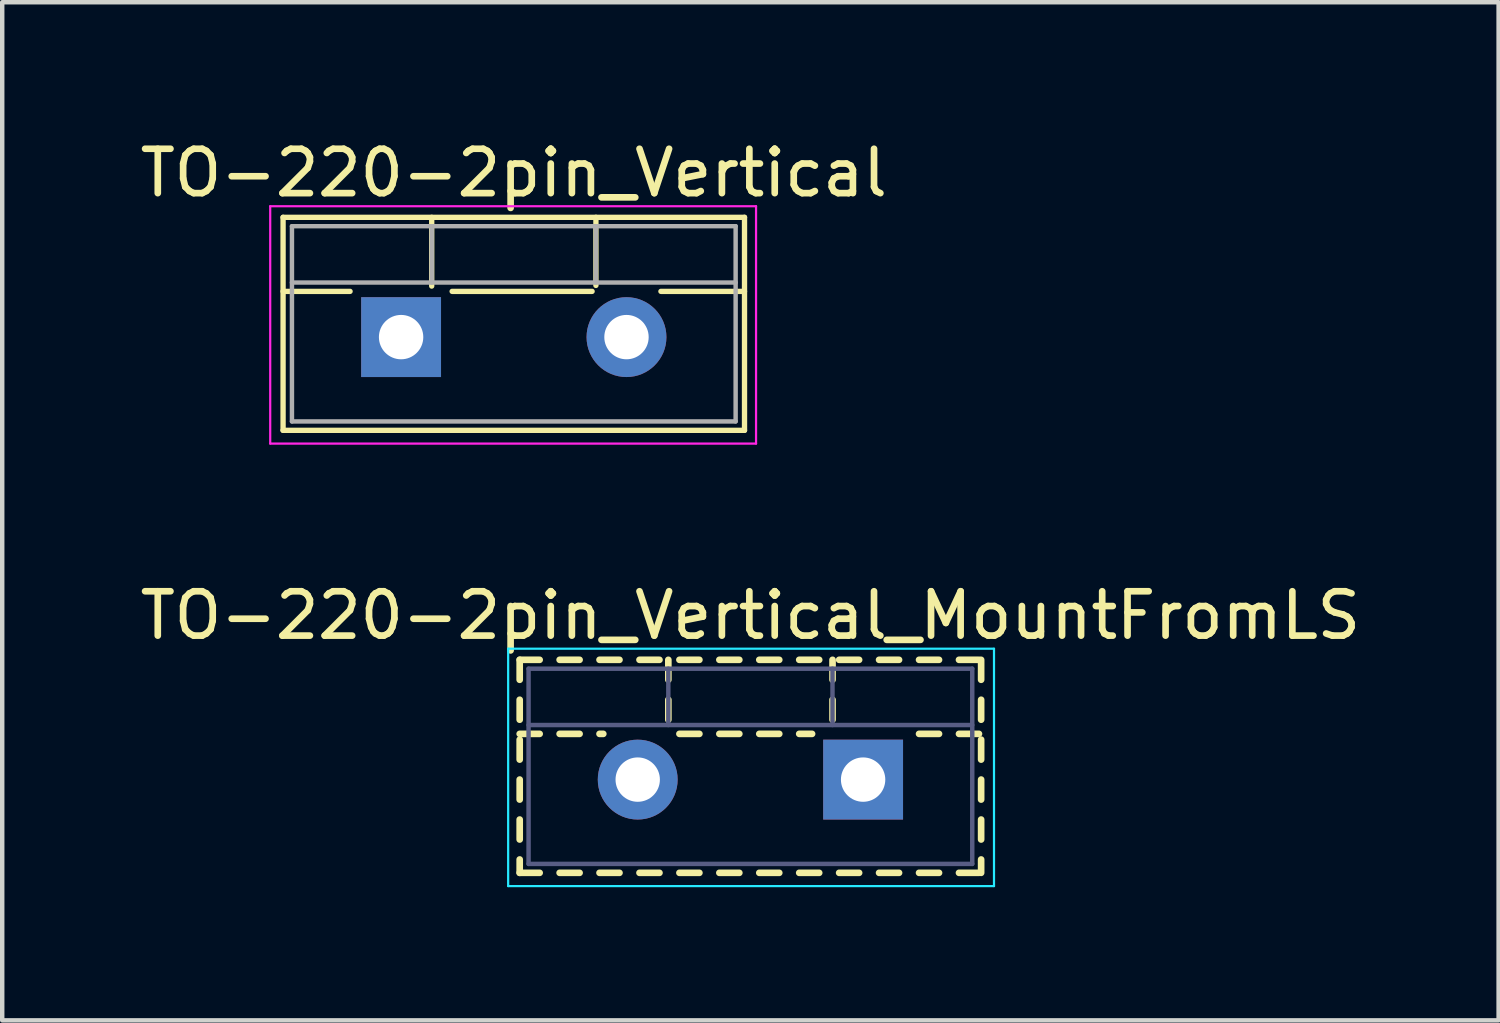
<source format=kicad_pcb>
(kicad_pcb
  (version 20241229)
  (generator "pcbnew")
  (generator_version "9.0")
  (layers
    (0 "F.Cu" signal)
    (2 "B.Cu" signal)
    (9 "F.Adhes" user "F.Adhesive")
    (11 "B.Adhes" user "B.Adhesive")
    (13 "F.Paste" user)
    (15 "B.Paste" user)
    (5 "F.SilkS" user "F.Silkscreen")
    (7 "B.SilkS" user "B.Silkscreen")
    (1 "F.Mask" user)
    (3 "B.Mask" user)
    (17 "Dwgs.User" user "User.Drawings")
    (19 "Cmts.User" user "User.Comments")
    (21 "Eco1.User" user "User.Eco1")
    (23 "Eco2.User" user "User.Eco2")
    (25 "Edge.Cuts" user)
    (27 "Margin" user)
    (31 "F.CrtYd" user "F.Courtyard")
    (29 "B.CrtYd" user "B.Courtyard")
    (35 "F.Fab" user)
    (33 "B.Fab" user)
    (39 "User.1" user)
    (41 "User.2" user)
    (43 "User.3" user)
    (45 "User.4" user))
  (footprint "TO-220-2pin_Vertical"
    (layer "F.Cu")
    (at 5.99 4.548)
    (property "Reference" "TO-220-2pin_Vertical" (at 2.54 -3.7 0) (layer "F.SilkS") (effects (font (size 1 1) (thickness 0.15))))
    (attr through_hole)
    (fp_line (start -2.66 -2.7) (end -2.66 2.101) (stroke (width 0.12) (type solid)) (layer "F.SilkS"))
    (fp_line (start -2.66 -2.7) (end 7.74 -2.7) (stroke (width 0.12) (type solid)) (layer "F.SilkS"))
    (fp_line (start -2.66 -1.031) (end -1.15 -1.031) (stroke (width 0.12) (type solid)) (layer "F.SilkS"))
    (fp_line (start -2.66 2.101) (end 7.74 2.101) (stroke (width 0.12) (type solid)) (layer "F.SilkS"))
    (fp_line (start 0.69 -2.7) (end 0.69 -1.15) (stroke (width 0.12) (type solid)) (layer "F.SilkS"))
    (fp_line (start 1.15 -1.031) (end 4.305 -1.031) (stroke (width 0.12) (type solid)) (layer "F.SilkS"))
    (fp_line (start 4.391 -2.7) (end 4.391 -1.165) (stroke (width 0.12) (type solid)) (layer "F.SilkS"))
    (fp_line (start 5.856 -1.031) (end 7.74 -1.031) (stroke (width 0.12) (type solid)) (layer "F.SilkS"))
    (fp_line (start 7.74 -2.7) (end 7.74 2.101) (stroke (width 0.12) (type solid)) (layer "F.SilkS"))
    (fp_line (start -2.95 -2.95) (end -2.95 2.4) (stroke (width 0.05) (type solid)) (layer "F.CrtYd"))
    (fp_line (start -2.95 2.4) (end 8 2.4) (stroke (width 0.05) (type solid)) (layer "F.CrtYd"))
    (fp_line (start 8 -2.95) (end -2.95 -2.95) (stroke (width 0.05) (type solid)) (layer "F.CrtYd"))
    (fp_line (start 8 2.4) (end 8 -2.95) (stroke (width 0.05) (type solid)) (layer "F.CrtYd"))
    (fp_line (start -2.46 -2.5) (end -2.46 1.9) (stroke (width 0.1) (type solid)) (layer "F.Fab"))
    (fp_line (start -2.46 -1.23) (end 7.54 -1.23) (stroke (width 0.1) (type solid)) (layer "F.Fab"))
    (fp_line (start -2.46 1.9) (end 7.54 1.9) (stroke (width 0.1) (type solid)) (layer "F.Fab"))
    (fp_line (start 0.69 -2.5) (end 0.69 -1.23) (stroke (width 0.1) (type solid)) (layer "F.Fab"))
    (fp_line (start 4.39 -2.5) (end 4.39 -1.23) (stroke (width 0.1) (type solid)) (layer "F.Fab"))
    (fp_line (start 7.54 -2.5) (end -2.46 -2.5) (stroke (width 0.1) (type solid)) (layer "F.Fab"))
    (fp_line (start 7.54 1.9) (end 7.54 -2.5) (stroke (width 0.1) (type solid)) (layer "F.Fab"))
    (pad "1" thru_hole rect (at 0 0) (size 1.8 1.8) (drill 1) (layers "*.Cu" "*.Mask"))
    (pad "2" thru_hole oval (at 5.08 0) (size 1.8 1.8) (drill 1) (layers "*.Cu" "*.Mask")))
  (footprint "TO-220-2pin_Vertical_MountFromLS"
    (layer "F.Cu")
    (at 16.403 14.521)
    (property "Reference" "TO-220-2pin_Vertical_MountFromLS" (at -2.54 -3.7 0) (layer "F.SilkS") (effects (font (size 1 1) (thickness 0.15))))
    (attr through_hole)
    (fp_line (start -7.74 -2.7) (end -7.74 -2.25) (stroke (width 0.15) (type solid)) (layer "F.SilkS"))
    (fp_line (start -7.74 -2.7) (end -7.29 -2.7) (stroke (width 0.15) (type solid)) (layer "F.SilkS"))
    (fp_line (start -7.74 -1.8) (end -7.74 -1.35) (stroke (width 0.15) (type solid)) (layer "F.SilkS"))
    (fp_line (start -7.74 -1.031) (end -7.29 -1.031) (stroke (width 0.15) (type solid)) (layer "F.SilkS"))
    (fp_line (start -7.74 -0.901) (end -7.74 -0.451) (stroke (width 0.15) (type solid)) (layer "F.SilkS"))
    (fp_line (start -7.74 -0.001) (end -7.74 0.45) (stroke (width 0.15) (type solid)) (layer "F.SilkS"))
    (fp_line (start -7.74 0.9) (end -7.74 1.35) (stroke (width 0.15) (type solid)) (layer "F.SilkS"))
    (fp_line (start -7.74 1.8) (end -7.74 2.101) (stroke (width 0.15) (type solid)) (layer "F.SilkS"))
    (fp_line (start -7.74 2.101) (end -7.29 2.101) (stroke (width 0.15) (type solid)) (layer "F.SilkS"))
    (fp_line (start -6.84 -2.7) (end -6.39 -2.7) (stroke (width 0.15) (type solid)) (layer "F.SilkS"))
    (fp_line (start -6.84 -1.031) (end -6.39 -1.031) (stroke (width 0.15) (type solid)) (layer "F.SilkS"))
    (fp_line (start -6.84 2.101) (end -6.39 2.101) (stroke (width 0.15) (type solid)) (layer "F.SilkS"))
    (fp_line (start -5.941 -2.7) (end -5.491 -2.7) (stroke (width 0.15) (type solid)) (layer "F.SilkS"))
    (fp_line (start -5.941 -1.031) (end -5.856 -1.031) (stroke (width 0.15) (type solid)) (layer "F.SilkS"))
    (fp_line (start -5.941 2.101) (end -5.491 2.101) (stroke (width 0.15) (type solid)) (layer "F.SilkS"))
    (fp_line (start -5.04 -2.7) (end -4.59 -2.7) (stroke (width 0.15) (type solid)) (layer "F.SilkS"))
    (fp_line (start -5.04 2.101) (end -4.59 2.101) (stroke (width 0.15) (type solid)) (layer "F.SilkS"))
    (fp_line (start -4.39 -2.7) (end -4.39 -2.25) (stroke (width 0.15) (type solid)) (layer "F.SilkS"))
    (fp_line (start -4.39 -1.8) (end -4.39 -1.35) (stroke (width 0.15) (type solid)) (layer "F.SilkS"))
    (fp_line (start -4.14 -2.7) (end -3.69 -2.7) (stroke (width 0.15) (type solid)) (layer "F.SilkS"))
    (fp_line (start -4.14 -1.031) (end -3.69 -1.031) (stroke (width 0.15) (type solid)) (layer "F.SilkS"))
    (fp_line (start -4.14 2.101) (end -3.69 2.101) (stroke (width 0.15) (type solid)) (layer "F.SilkS"))
    (fp_line (start -3.24 -2.7) (end -2.79 -2.7) (stroke (width 0.15) (type solid)) (layer "F.SilkS"))
    (fp_line (start -3.24 -1.031) (end -2.79 -1.031) (stroke (width 0.15) (type solid)) (layer "F.SilkS"))
    (fp_line (start -3.24 2.101) (end -2.79 2.101) (stroke (width 0.15) (type solid)) (layer "F.SilkS"))
    (fp_line (start -2.34 -2.7) (end -1.89 -2.7) (stroke (width 0.15) (type solid)) (layer "F.SilkS"))
    (fp_line (start -2.34 -1.031) (end -1.89 -1.031) (stroke (width 0.15) (type solid)) (layer "F.SilkS"))
    (fp_line (start -2.34 2.101) (end -1.89 2.101) (stroke (width 0.15) (type solid)) (layer "F.SilkS"))
    (fp_line (start -1.44 -2.7) (end -0.99 -2.7) (stroke (width 0.15) (type solid)) (layer "F.SilkS"))
    (fp_line (start -1.44 -1.031) (end -1.15 -1.031) (stroke (width 0.15) (type solid)) (layer "F.SilkS"))
    (fp_line (start -1.44 2.101) (end -0.99 2.101) (stroke (width 0.15) (type solid)) (layer "F.SilkS"))
    (fp_line (start -0.689 -2.7) (end -0.689 -2.25) (stroke (width 0.15) (type solid)) (layer "F.SilkS"))
    (fp_line (start -0.689 -1.8) (end -0.689 -1.35) (stroke (width 0.15) (type solid)) (layer "F.SilkS"))
    (fp_line (start -0.54 -2.7) (end -0.09 -2.7) (stroke (width 0.15) (type solid)) (layer "F.SilkS"))
    (fp_line (start -0.54 2.101) (end -0.09 2.101) (stroke (width 0.15) (type solid)) (layer "F.SilkS"))
    (fp_line (start 0.36 -2.7) (end 0.81 -2.7) (stroke (width 0.15) (type solid)) (layer "F.SilkS"))
    (fp_line (start 0.36 2.101) (end 0.81 2.101) (stroke (width 0.15) (type solid)) (layer "F.SilkS"))
    (fp_line (start 1.261 -2.7) (end 1.711 -2.7) (stroke (width 0.15) (type solid)) (layer "F.SilkS"))
    (fp_line (start 1.261 -1.031) (end 1.711 -1.031) (stroke (width 0.15) (type solid)) (layer "F.SilkS"))
    (fp_line (start 1.261 2.101) (end 1.711 2.101) (stroke (width 0.15) (type solid)) (layer "F.SilkS"))
    (fp_line (start 2.161 -2.7) (end 2.611 -2.7) (stroke (width 0.15) (type solid)) (layer "F.SilkS"))
    (fp_line (start 2.161 -1.031) (end 2.611 -1.031) (stroke (width 0.15) (type solid)) (layer "F.SilkS"))
    (fp_line (start 2.161 2.101) (end 2.611 2.101) (stroke (width 0.15) (type solid)) (layer "F.SilkS"))
    (fp_line (start 2.66 -2.7) (end 2.66 -2.25) (stroke (width 0.15) (type solid)) (layer "F.SilkS"))
    (fp_line (start 2.66 -1.8) (end 2.66 -1.35) (stroke (width 0.15) (type solid)) (layer "F.SilkS"))
    (fp_line (start 2.66 -0.901) (end 2.66 -0.451) (stroke (width 0.15) (type solid)) (layer "F.SilkS"))
    (fp_line (start 2.66 -0.001) (end 2.66 0.45) (stroke (width 0.15) (type solid)) (layer "F.SilkS"))
    (fp_line (start 2.66 0.9) (end 2.66 1.35) (stroke (width 0.15) (type solid)) (layer "F.SilkS"))
    (fp_line (start 2.66 1.8) (end 2.66 2.101) (stroke (width 0.15) (type solid)) (layer "F.SilkS"))
    (fp_line (start -8 -2.95) (end -8 2.4) (stroke (width 0.05) (type solid)) (layer "B.CrtYd"))
    (fp_line (start -8 2.4) (end 2.95 2.4) (stroke (width 0.05) (type solid)) (layer "B.CrtYd"))
    (fp_line (start 2.95 -2.95) (end -8 -2.95) (stroke (width 0.05) (type solid)) (layer "B.CrtYd"))
    (fp_line (start 2.95 2.4) (end 2.95 -2.95) (stroke (width 0.05) (type solid)) (layer "B.CrtYd"))
    (fp_line (start -7.54 -2.5) (end -7.54 1.9) (stroke (width 0.1) (type solid)) (layer "B.Fab"))
    (fp_line (start -7.54 -1.23) (end 2.46 -1.23) (stroke (width 0.1) (type solid)) (layer "B.Fab"))
    (fp_line (start -7.54 1.9) (end 2.46 1.9) (stroke (width 0.1) (type solid)) (layer "B.Fab"))
    (fp_line (start -4.39 -2.5) (end -4.39 -1.23) (stroke (width 0.1) (type solid)) (layer "B.Fab"))
    (fp_line (start -0.69 -2.5) (end -0.69 -1.23) (stroke (width 0.1) (type solid)) (layer "B.Fab"))
    (fp_line (start 2.46 -2.5) (end -7.54 -2.5) (stroke (width 0.1) (type solid)) (layer "B.Fab"))
    (fp_line (start 2.46 1.9) (end 2.46 -2.5) (stroke (width 0.1) (type solid)) (layer "B.Fab"))
    (pad "1" thru_hole rect (at 0 0) (size 1.8 1.8) (drill 1) (layers "*.Cu" "*.Mask"))
    (pad "2" thru_hole oval (at -5.08 0) (size 1.8 1.8) (drill 1) (layers "*.Cu" "*.Mask")))
  (gr_rect
    (start -3 -3)
    (end 30.726 19.947)
    (stroke (width 0.1) (type default))
    (fill no)
    (layer "Edge.Cuts")))
</source>
